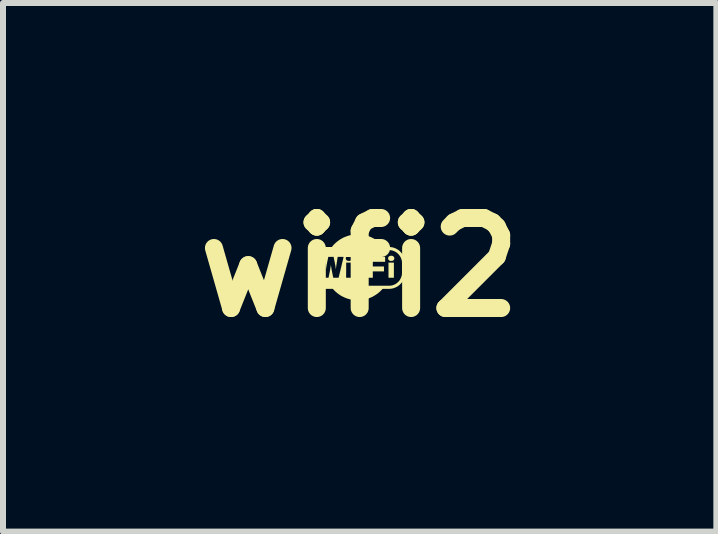
<source format=kicad_pcb>
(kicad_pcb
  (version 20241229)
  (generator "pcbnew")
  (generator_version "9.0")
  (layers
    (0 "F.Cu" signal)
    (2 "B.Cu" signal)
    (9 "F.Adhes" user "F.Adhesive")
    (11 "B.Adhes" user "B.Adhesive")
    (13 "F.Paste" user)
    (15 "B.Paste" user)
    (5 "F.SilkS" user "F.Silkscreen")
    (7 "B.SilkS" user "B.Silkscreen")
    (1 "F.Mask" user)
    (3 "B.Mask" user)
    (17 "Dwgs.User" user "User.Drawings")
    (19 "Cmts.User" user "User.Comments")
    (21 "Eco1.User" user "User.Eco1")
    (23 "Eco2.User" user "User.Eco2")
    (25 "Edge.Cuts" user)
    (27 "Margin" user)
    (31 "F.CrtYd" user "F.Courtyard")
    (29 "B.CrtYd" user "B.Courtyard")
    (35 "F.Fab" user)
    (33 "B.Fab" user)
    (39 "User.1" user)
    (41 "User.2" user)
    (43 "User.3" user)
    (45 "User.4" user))
  (footprint "wifi2"
    (layer "F.Cu")
    (at 2.943 1.404)
    (property "Reference" "wifi2" (at 0 0 0) (layer "F.SilkS") (effects (font (size 1.5 1.5) (thickness 0.3))))
    (attr board_only exclude_from_pos_files exclude_from_bom)
    (fp_poly (pts (xy 0.525 -0.079) (xy 0.57 -0.078) (xy 0.57 0.048) (xy 0.57 0.174) (xy 0.525 0.174) (xy 0.48 0.174) (xy 0.48 0.048) (xy 0.48 -0.079)) (stroke (width 0) (type solid)) (fill yes) (layer "F.SilkS"))
    (fp_poly (pts (xy 0.831 -0.307) (xy 0.831 -0.301) (xy 0.82 -0.301) (xy 0.809 -0.301) (xy 0.809 -0.27) (xy 0.809 -0.239) (xy 0.801 -0.239) (xy 0.794 -0.239) (xy 0.794 -0.27) (xy 0.794 -0.301) (xy 0.783 -0.301) (xy 0.772 -0.301) (xy 0.772 -0.307) (xy 0.772 -0.313) (xy 0.801 -0.313) (xy 0.831 -0.313)) (stroke (width 0) (type solid)) (fill yes) (layer "F.SilkS"))
    (fp_poly (pts (xy 0.424 -0.133) (xy 0.424 -0.092) (xy 0.322 -0.092) (xy 0.219 -0.092) (xy 0.219 -0.053) (xy 0.219 -0.014) (xy 0.312 -0.014) (xy 0.404 -0.014) (xy 0.405 0.027) (xy 0.405 0.068) (xy 0.312 0.068) (xy 0.219 0.068) (xy 0.219 0.121) (xy 0.219 0.174) (xy 0.171 0.174) (xy 0.123 0.174) (xy 0.123 0.000259) (xy 0.123 -0.174) (xy 0.274 -0.174) (xy 0.424 -0.174)) (stroke (width 0) (type solid)) (fill yes) (layer "F.SilkS"))
    (fp_poly (pts (xy 0.531 -0.193) (xy 0.539 -0.192) (xy 0.546 -0.19) (xy 0.552 -0.188) (xy 0.558 -0.184) (xy 0.563 -0.18) (xy 0.568 -0.176) (xy 0.571 -0.171) (xy 0.574 -0.165) (xy 0.576 -0.159) (xy 0.577 -0.153) (xy 0.577 -0.146) (xy 0.577 -0.144) (xy 0.575 -0.137) (xy 0.573 -0.131) (xy 0.57 -0.126) (xy 0.566 -0.121) (xy 0.562 -0.117) (xy 0.556 -0.113) (xy 0.55 -0.11) (xy 0.544 -0.108) (xy 0.536 -0.107) (xy 0.529 -0.106) (xy 0.524 -0.106) (xy 0.521 -0.106) (xy 0.518 -0.106) (xy 0.516 -0.106) (xy 0.513 -0.107) (xy 0.506 -0.108) (xy 0.5 -0.111) (xy 0.493 -0.114) (xy 0.488 -0.118) (xy 0.484 -0.122) (xy 0.48 -0.127) (xy 0.477 -0.133) (xy 0.475 -0.139) (xy 0.474 -0.142) (xy 0.474 -0.146) (xy 0.474 -0.15) (xy 0.474 -0.154) (xy 0.474 -0.158) (xy 0.475 -0.16) (xy 0.477 -0.166) (xy 0.48 -0.171) (xy 0.483 -0.176) (xy 0.488 -0.181) (xy 0.493 -0.185) (xy 0.499 -0.188) (xy 0.505 -0.19) (xy 0.508 -0.191) (xy 0.516 -0.193) (xy 0.523 -0.193)) (stroke (width 0) (type solid)) (fill yes) (layer "F.SilkS"))
    (fp_poly (pts (xy 0.855 -0.313) (xy 0.858 -0.313) (xy 0.86 -0.313) (xy 0.861 -0.313) (xy 0.862 -0.313) (xy 0.862 -0.312) (xy 0.863 -0.312) (xy 0.863 -0.312) (xy 0.863 -0.311) (xy 0.863 -0.31) (xy 0.864 -0.307) (xy 0.865 -0.304) (xy 0.866 -0.301) (xy 0.867 -0.297) (xy 0.868 -0.292) (xy 0.869 -0.288) (xy 0.87 -0.283) (xy 0.871 -0.279) (xy 0.873 -0.275) (xy 0.873 -0.271) (xy 0.874 -0.268) (xy 0.875 -0.266) (xy 0.875 -0.265) (xy 0.875 -0.264) (xy 0.876 -0.265) (xy 0.876 -0.266) (xy 0.877 -0.268) (xy 0.877 -0.271) (xy 0.878 -0.274) (xy 0.88 -0.278) (xy 0.881 -0.283) (xy 0.882 -0.287) (xy 0.883 -0.291) (xy 0.884 -0.296) (xy 0.885 -0.3) (xy 0.886 -0.304) (xy 0.887 -0.307) (xy 0.888 -0.309) (xy 0.888 -0.311) (xy 0.888 -0.311) (xy 0.889 -0.313) (xy 0.9 -0.313) (xy 0.911 -0.313) (xy 0.911 -0.276) (xy 0.911 -0.239) (xy 0.904 -0.239) (xy 0.897 -0.239) (xy 0.897 -0.268) (xy 0.897 -0.274) (xy 0.897 -0.279) (xy 0.897 -0.284) (xy 0.897 -0.288) (xy 0.897 -0.291) (xy 0.897 -0.294) (xy 0.897 -0.295) (xy 0.897 -0.295) (xy 0.897 -0.294) (xy 0.896 -0.293) (xy 0.896 -0.29) (xy 0.895 -0.287) (xy 0.894 -0.283) (xy 0.893 -0.279) (xy 0.892 -0.275) (xy 0.89 -0.27) (xy 0.89 -0.269) (xy 0.889 -0.264) (xy 0.888 -0.259) (xy 0.887 -0.254) (xy 0.886 -0.25) (xy 0.885 -0.247) (xy 0.884 -0.244) (xy 0.884 -0.242) (xy 0.883 -0.241) (xy 0.883 -0.241) (xy 0.883 -0.239) (xy 0.876 -0.239) (xy 0.868 -0.239) (xy 0.861 -0.267) (xy 0.86 -0.272) (xy 0.859 -0.277) (xy 0.858 -0.282) (xy 0.857 -0.285) (xy 0.856 -0.289) (xy 0.855 -0.292) (xy 0.855 -0.294) (xy 0.854 -0.295) (xy 0.854 -0.295) (xy 0.854 -0.295) (xy 0.854 -0.295) (xy 0.854 -0.294) (xy 0.854 -0.293) (xy 0.854 -0.292) (xy 0.854 -0.291) (xy 0.854 -0.289) (xy 0.854 -0.286) (xy 0.854 -0.283) (xy 0.854 -0.278) (xy 0.854 -0.273) (xy 0.854 -0.268) (xy 0.854 -0.264) (xy 0.854 -0.239) (xy 0.847 -0.239) (xy 0.84 -0.239) (xy 0.84 -0.276) (xy 0.84 -0.296) (xy 0.854 -0.296) (xy 0.854 -0.295) (xy 0.854 -0.296) (xy 0.854 -0.296) (xy 0.854 -0.296) (xy 0.84 -0.296) (xy 0.84 -0.313) (xy 0.851 -0.313)) (stroke (width 0) (type solid)) (fill yes) (layer "F.SilkS"))
    (fp_poly (pts (xy -0.036 -0.549) (xy -0.029 -0.549) (xy -0.023 -0.549) (xy -0.017 -0.549) (xy -0.011 -0.548) (xy -0.006 -0.548) (xy -0.001 -0.548) (xy 0.004 -0.548) (xy 0.006 -0.548) (xy 0.029 -0.546) (xy 0.052 -0.543) (xy 0.073 -0.539) (xy 0.095 -0.534) (xy 0.116 -0.529) (xy 0.137 -0.522) (xy 0.157 -0.515) (xy 0.169 -0.511) (xy 0.191 -0.501) (xy 0.212 -0.491) (xy 0.234 -0.48) (xy 0.254 -0.468) (xy 0.274 -0.455) (xy 0.293 -0.441) (xy 0.312 -0.427) (xy 0.331 -0.411) (xy 0.337 -0.405) (xy 0.344 -0.399) (xy 0.351 -0.392) (xy 0.358 -0.385) (xy 0.365 -0.378) (xy 0.372 -0.37) (xy 0.379 -0.363) (xy 0.385 -0.356) (xy 0.391 -0.349) (xy 0.396 -0.342) (xy 0.397 -0.341) (xy 0.399 -0.338) (xy 0.451 -0.338) (xy 0.46 -0.338) (xy 0.468 -0.338) (xy 0.476 -0.338) (xy 0.482 -0.338) (xy 0.488 -0.338) (xy 0.493 -0.338) (xy 0.498 -0.338) (xy 0.502 -0.338) (xy 0.505 -0.338) (xy 0.508 -0.337) (xy 0.511 -0.337) (xy 0.514 -0.337) (xy 0.517 -0.337) (xy 0.52 -0.336) (xy 0.522 -0.336) (xy 0.525 -0.336) (xy 0.528 -0.335) (xy 0.544 -0.333) (xy 0.56 -0.329) (xy 0.575 -0.324) (xy 0.59 -0.318) (xy 0.605 -0.312) (xy 0.619 -0.304) (xy 0.633 -0.296) (xy 0.647 -0.287) (xy 0.66 -0.277) (xy 0.672 -0.266) (xy 0.684 -0.254) (xy 0.694 -0.242) (xy 0.705 -0.229) (xy 0.709 -0.224) (xy 0.717 -0.21) (xy 0.726 -0.196) (xy 0.733 -0.181) (xy 0.739 -0.166) (xy 0.745 -0.15) (xy 0.749 -0.134) (xy 0.752 -0.118) (xy 0.755 -0.102) (xy 0.756 -0.087) (xy 0.756 -0.086) (xy 0.756 -0.083) (xy 0.756 -0.08) (xy 0.756 -0.075) (xy 0.756 -0.07) (xy 0.757 -0.065) (xy 0.757 -0.058) (xy 0.757 -0.051) (xy 0.757 -0.044) (xy 0.757 -0.036) (xy 0.757 -0.028) (xy 0.757 -0.019) (xy 0.757 -0.011) (xy 0.757 -0.002) (xy 0.757 0.007) (xy 0.757 0.016) (xy 0.757 0.025) (xy 0.757 0.034) (xy 0.757 0.042) (xy 0.757 0.051) (xy 0.757 0.059) (xy 0.757 0.066) (xy 0.757 0.074) (xy 0.757 0.08) (xy 0.757 0.086) (xy 0.756 0.092) (xy 0.756 0.096) (xy 0.756 0.1) (xy 0.756 0.103) (xy 0.756 0.105) (xy 0.756 0.106) (xy 0.755 0.122) (xy 0.752 0.139) (xy 0.749 0.154) (xy 0.745 0.17) (xy 0.74 0.185) (xy 0.738 0.189) (xy 0.731 0.204) (xy 0.724 0.219) (xy 0.716 0.233) (xy 0.707 0.246) (xy 0.697 0.259) (xy 0.686 0.271) (xy 0.675 0.283) (xy 0.663 0.294) (xy 0.651 0.304) (xy 0.638 0.313) (xy 0.625 0.322) (xy 0.611 0.329) (xy 0.596 0.336) (xy 0.581 0.342) (xy 0.566 0.347) (xy 0.55 0.352) (xy 0.534 0.355) (xy 0.518 0.357) (xy 0.513 0.358) (xy 0.511 0.358) (xy 0.509 0.358) (xy 0.506 0.358) (xy 0.504 0.358) (xy 0.502 0.358) (xy 0.5 0.358) (xy 0.497 0.359) (xy 0.494 0.359) (xy 0.491 0.359) (xy 0.487 0.359) (xy 0.482 0.359) (xy 0.478 0.359) (xy 0.472 0.359) (xy 0.466 0.359) (xy 0.459 0.359) (xy 0.451 0.359) (xy 0.442 0.359) (xy 0.437 0.359) (xy 0.382 0.359) (xy 0.374 0.368) (xy 0.37 0.372) (xy 0.366 0.376) (xy 0.362 0.38) (xy 0.357 0.385) (xy 0.353 0.39) (xy 0.348 0.394) (xy 0.343 0.399) (xy 0.339 0.403) (xy 0.335 0.407) (xy 0.332 0.409) (xy 0.314 0.425) (xy 0.295 0.44) (xy 0.276 0.453) (xy 0.256 0.466) (xy 0.235 0.478) (xy 0.215 0.49) (xy 0.193 0.5) (xy 0.171 0.509) (xy 0.152 0.517) (xy 0.13 0.524) (xy 0.108 0.53) (xy 0.086 0.536) (xy 0.064 0.54) (xy 0.041 0.544) (xy 0.017 0.546) (xy 0.006 0.547) (xy 0.004 0.547) (xy 0.000357 0.548) (xy -0.004 0.548) (xy -0.008 0.548) (xy -0.013 0.548) (xy -0.019 0.548) (xy -0.024 0.548) (xy -0.03 0.548) (xy -0.035 0.548) (xy -0.04 0.548) (xy -0.045 0.548) (xy -0.049 0.548) (xy -0.052 0.548) (xy -0.055 0.548) (xy -0.055 0.548) (xy -0.057 0.548) (xy -0.059 0.548) (xy -0.062 0.548) (xy -0.065 0.548) (xy -0.067 0.547) (xy -0.089 0.546) (xy -0.111 0.543) (xy -0.133 0.539) (xy -0.155 0.535) (xy -0.177 0.529) (xy -0.198 0.523) (xy -0.202 0.522) (xy -0.225 0.514) (xy -0.247 0.505) (xy -0.268 0.495) (xy -0.289 0.485) (xy -0.31 0.474) (xy -0.33 0.461) (xy -0.349 0.448) (xy -0.368 0.434) (xy -0.387 0.418) (xy -0.398 0.409) (xy -0.401 0.406) (xy -0.404 0.403) (xy -0.408 0.4) (xy -0.412 0.396) (xy -0.416 0.391) (xy -0.421 0.387) (xy -0.425 0.383) (xy -0.429 0.379) (xy -0.433 0.375) (xy -0.436 0.371) (xy -0.439 0.368) (xy -0.441 0.366) (xy -0.441 0.366) (xy -0.447 0.359) (xy -0.505 0.359) (xy -0.514 0.359) (xy -0.522 0.359) (xy -0.53 0.359) (xy -0.536 0.359) (xy -0.542 0.359) (xy -0.547 0.359) (xy -0.552 0.359) (xy -0.556 0.359) (xy -0.559 0.359) (xy -0.562 0.359) (xy -0.565 0.359) (xy -0.568 0.358) (xy -0.57 0.358) (xy -0.572 0.358) (xy -0.574 0.358) (xy -0.577 0.358) (xy -0.579 0.358) (xy -0.58 0.358) (xy -0.596 0.356) (xy -0.612 0.353) (xy -0.627 0.35) (xy -0.643 0.345) (xy -0.658 0.34) (xy -0.673 0.333) (xy -0.687 0.326) (xy -0.701 0.317) (xy -0.714 0.308) (xy -0.717 0.307) (xy -0.107 0.307) (xy -0.107 0.307) (xy -0.107 0.307) (xy -0.106 0.307) (xy -0.105 0.307) (xy -0.104 0.307) (xy -0.103 0.307) (xy -0.101 0.307) (xy -0.099 0.307) (xy -0.096 0.307) (xy -0.093 0.307) (xy -0.089 0.307) (xy -0.085 0.307) (xy -0.081 0.307) (xy -0.076 0.307) (xy -0.07 0.307) (xy -0.064 0.307) (xy -0.057 0.307) (xy -0.049 0.307) (xy -0.041 0.307) (xy -0.033 0.307) (xy -0.023 0.307) (xy -0.013 0.307) (xy -0.002 0.307) (xy 0.01 0.307) (xy 0.022 0.307) (xy 0.035 0.307) (xy 0.049 0.307) (xy 0.064 0.307) (xy 0.08 0.307) (xy 0.097 0.307) (xy 0.114 0.307) (xy 0.133 0.307) (xy 0.153 0.307) (xy 0.173 0.307) (xy 0.192 0.307) (xy 0.21 0.307) (xy 0.228 0.307) (xy 0.245 0.307) (xy 0.262 0.307) (xy 0.278 0.307) (xy 0.295 0.307) (xy 0.31 0.307) (xy 0.326 0.307) (xy 0.341 0.307) (xy 0.355 0.307) (xy 0.369 0.307) (xy 0.383 0.307) (xy 0.396 0.307) (xy 0.408 0.307) (xy 0.42 0.307) (xy 0.431 0.307) (xy 0.441 0.307) (xy 0.451 0.307) (xy 0.46 0.307) (xy 0.468 0.307) (xy 0.475 0.307) (xy 0.482 0.307) (xy 0.487 0.307) (xy 0.492 0.307) (xy 0.496 0.307) (xy 0.498 0.307) (xy 0.5 0.307) (xy 0.501 0.307) (xy 0.516 0.305) (xy 0.53 0.303) (xy 0.544 0.3) (xy 0.558 0.296) (xy 0.572 0.29) (xy 0.585 0.285) (xy 0.598 0.278) (xy 0.61 0.27) (xy 0.621 0.262) (xy 0.632 0.252) (xy 0.643 0.243) (xy 0.652 0.232) (xy 0.662 0.221) (xy 0.67 0.209) (xy 0.677 0.196) (xy 0.684 0.183) (xy 0.69 0.17) (xy 0.692 0.164) (xy 0.697 0.151) (xy 0.7 0.138) (xy 0.703 0.124) (xy 0.704 0.11) (xy 0.705 0.104) (xy 0.705 0.102) (xy 0.705 0.1) (xy 0.705 0.097) (xy 0.705 0.093) (xy 0.705 0.088) (xy 0.705 0.082) (xy 0.705 0.076) (xy 0.705 0.069) (xy 0.705 0.062) (xy 0.705 0.054) (xy 0.705 0.046) (xy 0.705 0.038) (xy 0.705 0.029) (xy 0.705 0.02) (xy 0.705 0.011) (xy 0.705 0.003) (xy 0.705 -0.006) (xy 0.705 -0.015) (xy 0.705 -0.023) (xy 0.705 -0.031) (xy 0.705 -0.039) (xy 0.705 -0.047) (xy 0.705 -0.054) (xy 0.705 -0.06) (xy 0.705 -0.066) (xy 0.705 -0.071) (xy 0.705 -0.076) (xy 0.705 -0.079) (xy 0.705 -0.082) (xy 0.705 -0.084) (xy 0.705 -0.085) (xy 0.703 -0.1) (xy 0.701 -0.115) (xy 0.697 -0.129) (xy 0.692 -0.143) (xy 0.687 -0.157) (xy 0.681 -0.17) (xy 0.673 -0.183) (xy 0.665 -0.195) (xy 0.656 -0.207) (xy 0.646 -0.218) (xy 0.64 -0.225) (xy 0.629 -0.235) (xy 0.617 -0.244) (xy 0.605 -0.253) (xy 0.592 -0.26) (xy 0.579 -0.267) (xy 0.565 -0.273) (xy 0.552 -0.277) (xy 0.537 -0.281) (xy 0.523 -0.284) (xy 0.508 -0.286) (xy 0.506 -0.286) (xy 0.505 -0.286) (xy 0.503 -0.286) (xy 0.5 -0.286) (xy 0.497 -0.286) (xy 0.494 -0.286) (xy 0.489 -0.286) (xy 0.484 -0.286) (xy 0.479 -0.286) (xy 0.472 -0.286) (xy 0.465 -0.286) (xy 0.457 -0.286) (xy 0.448 -0.286) (xy 0.438 -0.286) (xy 0.428 -0.286) (xy 0.416 -0.286) (xy 0.404 -0.286) (xy 0.39 -0.286) (xy 0.376 -0.286) (xy 0.36 -0.286) (xy 0.348 -0.286) (xy 0.199 -0.286) (xy 0.191 -0.285) (xy 0.177 -0.283) (xy 0.163 -0.28) (xy 0.151 -0.276) (xy 0.138 -0.272) (xy 0.126 -0.266) (xy 0.115 -0.26) (xy 0.103 -0.254) (xy 0.1 -0.251) (xy 0.088 -0.243) (xy 0.076 -0.233) (xy 0.065 -0.223) (xy 0.055 -0.213) (xy 0.046 -0.201) (xy 0.038 -0.189) (xy 0.03 -0.177) (xy 0.023 -0.164) (xy 0.017 -0.151) (xy 0.012 -0.137) (xy 0.008 -0.123) (xy 0.005 -0.108) (xy 0.004 -0.099) (xy 0.003 -0.097) (xy 0.003 -0.095) (xy 0.003 -0.093) (xy 0.003 -0.091) (xy 0.003 -0.088) (xy 0.002 -0.086) (xy 0.002 -0.083) (xy 0.002 -0.08) (xy 0.002 -0.077) (xy 0.002 -0.074) (xy 0.002 -0.069) (xy 0.002 -0.065) (xy 0.002 -0.06) (xy 0.002 -0.054) (xy 0.002 -0.048) (xy 0.002 -0.04) (xy 0.002 -0.033) (xy 0.002 -0.024) (xy 0.002 -0.015) (xy 0.002 -0.004) (xy 0.002 0.007) (xy 0.002 0.015) (xy 0.002 0.028) (xy 0.002 0.039) (xy 0.002 0.05) (xy 0.002 0.06) (xy 0.001 0.069) (xy 0.001 0.078) (xy 0.001 0.085) (xy 0.001 0.092) (xy 0.001 0.097) (xy 0.001 0.102) (xy 0.001 0.106) (xy 0.001 0.109) (xy 0.001 0.11) (xy 0.001 0.11) (xy -0.001 0.127) (xy -0.004 0.144) (xy -0.007 0.16) (xy -0.012 0.176) (xy -0.018 0.191) (xy -0.025 0.207) (xy -0.032 0.221) (xy -0.041 0.236) (xy -0.048 0.246) (xy -0.057 0.258) (xy -0.068 0.271) (xy -0.079 0.282) (xy -0.091 0.293) (xy -0.099 0.3) (xy -0.101 0.302) (xy -0.103 0.303) (xy -0.105 0.305) (xy -0.107 0.306) (xy -0.107 0.307) (xy -0.107 0.307) (xy -0.717 0.307) (xy -0.727 0.299) (xy -0.74 0.288) (xy -0.751 0.277) (xy -0.762 0.264) (xy -0.773 0.251) (xy -0.782 0.238) (xy -0.791 0.224) (xy -0.799 0.209) (xy -0.805 0.194) (xy -0.811 0.179) (xy -0.816 0.163) (xy -0.82 0.147) (xy -0.823 0.133) (xy -0.823 0.131) (xy -0.824 0.129) (xy -0.824 0.127) (xy -0.824 0.125) (xy -0.824 0.124) (xy -0.825 0.122) (xy -0.825 0.12) (xy -0.825 0.118) (xy -0.825 0.116) (xy -0.825 0.114) (xy -0.825 0.111) (xy -0.825 0.108) (xy -0.825 0.105) (xy -0.826 0.101) (xy -0.826 0.097) (xy -0.826 0.092) (xy -0.826 0.087) (xy -0.826 0.081) (xy -0.826 0.074) (xy -0.826 0.067) (xy -0.826 0.059) (xy -0.826 0.05) (xy -0.826 0.04) (xy -0.826 0.029) (xy -0.826 0.017) (xy -0.826 0.015) (xy -0.826 0.003) (xy -0.826 -0.008) (xy -0.826 -0.019) (xy -0.826 -0.028) (xy -0.826 -0.037) (xy -0.826 -0.044) (xy -0.826 -0.051) (xy -0.826 -0.058) (xy -0.826 -0.063) (xy -0.826 -0.069) (xy -0.826 -0.073) (xy -0.826 -0.077) (xy -0.826 -0.081) (xy -0.826 -0.084) (xy -0.826 -0.087) (xy -0.825 -0.09) (xy -0.825 -0.092) (xy -0.825 -0.094) (xy -0.825 -0.096) (xy -0.825 -0.098) (xy -0.825 -0.1) (xy -0.824 -0.101) (xy -0.824 -0.103) (xy -0.824 -0.103) (xy -0.822 -0.12) (xy -0.818 -0.136) (xy -0.814 -0.152) (xy -0.808 -0.167) (xy -0.805 -0.174) (xy -0.69 -0.174) (xy -0.661 -0.048) (xy -0.658 -0.037) (xy -0.655 -0.024) (xy -0.652 -0.012) (xy -0.649 -0.000335) (xy -0.646 0.012) (xy -0.644 0.023) (xy -0.641 0.035) (xy -0.638 0.046) (xy -0.635 0.057) (xy -0.633 0.068) (xy -0.631 0.078) (xy -0.628 0.087) (xy -0.626 0.096) (xy -0.624 0.104) (xy -0.623 0.111) (xy -0.621 0.118) (xy -0.62 0.123) (xy -0.619 0.126) (xy -0.608 0.174) (xy -0.564 0.174) (xy -0.519 0.174) (xy -0.518 0.167) (xy -0.515 0.154) (xy -0.513 0.142) (xy -0.51 0.131) (xy -0.508 0.121) (xy -0.506 0.111) (xy -0.504 0.102) (xy -0.503 0.094) (xy -0.501 0.087) (xy -0.5 0.08) (xy -0.498 0.073) (xy -0.497 0.067) (xy -0.496 0.06) (xy -0.495 0.055) (xy -0.494 0.049) (xy -0.493 0.043) (xy -0.492 0.038) (xy -0.491 0.032) (xy -0.49 0.026) (xy -0.489 0.02) (xy -0.489 0.019) (xy -0.488 0.013) (xy -0.487 0.007) (xy -0.486 0.001) (xy -0.485 -0.005) (xy -0.484 -0.011) (xy -0.483 -0.017) (xy -0.482 -0.022) (xy -0.482 -0.027) (xy -0.481 -0.031) (xy -0.481 -0.034) (xy -0.481 -0.035) (xy -0.48 -0.038) (xy -0.48 -0.04) (xy -0.48 -0.041) (xy -0.48 -0.042) (xy -0.48 -0.042) (xy -0.479 -0.041) (xy -0.479 -0.039) (xy -0.479 -0.037) (xy -0.479 -0.035) (xy -0.478 -0.028) (xy -0.477 -0.021) (xy -0.476 -0.013) (xy -0.474 -0.004) (xy -0.473 0.005) (xy -0.471 0.015) (xy -0.471 0.018) (xy -0.47 0.025) (xy -0.469 0.032) (xy -0.468 0.038) (xy -0.467 0.044) (xy -0.466 0.049) (xy -0.464 0.055) (xy -0.463 0.061) (xy -0.462 0.068) (xy -0.461 0.074) (xy -0.459 0.081) (xy -0.458 0.088) (xy -0.456 0.096) (xy -0.454 0.105) (xy -0.453 0.115) (xy -0.45 0.125) (xy -0.449 0.133) (xy -0.44 0.174) (xy -0.226 0.174) (xy -0.181 0.174) (xy -0.136 0.174) (xy -0.136 0.048) (xy -0.136 -0.079) (xy -0.181 -0.079) (xy -0.225 -0.078) (xy -0.225 0.048) (xy -0.226 0.174) (xy -0.44 0.174) (xy -0.395 0.174) (xy -0.351 0.174) (xy -0.324 0.061) (xy -0.321 0.05) (xy -0.318 0.038) (xy -0.316 0.027) (xy -0.313 0.016) (xy -0.31 0.005) (xy -0.308 -0.006) (xy -0.305 -0.017) (xy -0.303 -0.027) (xy -0.3 -0.037) (xy -0.298 -0.047) (xy -0.296 -0.056) (xy -0.294 -0.064) (xy -0.292 -0.072) (xy -0.291 -0.078) (xy -0.289 -0.084) (xy -0.288 -0.089) (xy -0.287 -0.092) (xy -0.285 -0.099) (xy -0.284 -0.106) (xy -0.282 -0.114) (xy -0.28 -0.121) (xy -0.279 -0.127) (xy -0.277 -0.134) (xy -0.276 -0.14) (xy -0.275 -0.145) (xy -0.274 -0.15) (xy -0.273 -0.152) (xy -0.232 -0.152) (xy -0.232 -0.146) (xy -0.23 -0.139) (xy -0.228 -0.133) (xy -0.226 -0.128) (xy -0.224 -0.125) (xy -0.221 -0.121) (xy -0.218 -0.118) (xy -0.214 -0.115) (xy -0.211 -0.113) (xy -0.211 -0.113) (xy -0.206 -0.111) (xy -0.202 -0.109) (xy -0.197 -0.108) (xy -0.192 -0.107) (xy -0.189 -0.106) (xy -0.184 -0.106) (xy -0.18 -0.106) (xy -0.175 -0.106) (xy -0.171 -0.106) (xy -0.169 -0.106) (xy -0.162 -0.108) (xy -0.155 -0.11) (xy -0.149 -0.113) (xy -0.144 -0.117) (xy -0.139 -0.121) (xy -0.135 -0.127) (xy -0.132 -0.132) (xy -0.13 -0.138) (xy -0.13 -0.139) (xy -0.129 -0.142) (xy -0.129 -0.146) (xy -0.128 -0.151) (xy -0.129 -0.155) (xy -0.129 -0.159) (xy -0.129 -0.16) (xy -0.131 -0.166) (xy -0.134 -0.171) (xy -0.138 -0.176) (xy -0.143 -0.181) (xy -0.148 -0.185) (xy -0.154 -0.188) (xy -0.159 -0.19) (xy -0.163 -0.191) (xy -0.166 -0.192) (xy -0.17 -0.192) (xy -0.173 -0.193) (xy -0.178 -0.193) (xy -0.18 -0.193) (xy -0.184 -0.193) (xy -0.187 -0.193) (xy -0.19 -0.193) (xy -0.192 -0.192) (xy -0.194 -0.192) (xy -0.201 -0.19) (xy -0.208 -0.187) (xy -0.213 -0.184) (xy -0.219 -0.18) (xy -0.223 -0.175) (xy -0.227 -0.17) (xy -0.227 -0.168) (xy -0.229 -0.164) (xy -0.23 -0.16) (xy -0.231 -0.156) (xy -0.232 -0.152) (xy -0.232 -0.152) (xy -0.273 -0.152) (xy -0.273 -0.152) (xy -0.272 -0.157) (xy -0.271 -0.161) (xy -0.27 -0.165) (xy -0.269 -0.168) (xy -0.269 -0.17) (xy -0.268 -0.172) (xy -0.268 -0.173) (xy -0.268 -0.173) (xy -0.268 -0.173) (xy -0.268 -0.173) (xy -0.268 -0.173) (xy -0.269 -0.174) (xy -0.27 -0.174) (xy -0.271 -0.174) (xy -0.273 -0.174) (xy -0.275 -0.174) (xy -0.278 -0.174) (xy -0.281 -0.174) (xy -0.285 -0.174) (xy -0.29 -0.174) (xy -0.295 -0.174) (xy -0.302 -0.174) (xy -0.309 -0.174) (xy -0.317 -0.174) (xy -0.366 -0.174) (xy -0.366 -0.173) (xy -0.367 -0.172) (xy -0.367 -0.17) (xy -0.367 -0.168) (xy -0.368 -0.164) (xy -0.368 -0.16) (xy -0.369 -0.156) (xy -0.37 -0.151) (xy -0.371 -0.145) (xy -0.372 -0.139) (xy -0.373 -0.133) (xy -0.374 -0.127) (xy -0.375 -0.12) (xy -0.376 -0.114) (xy -0.377 -0.107) (xy -0.378 -0.101) (xy -0.379 -0.095) (xy -0.38 -0.09) (xy -0.381 -0.085) (xy -0.381 -0.08) (xy -0.382 -0.076) (xy -0.382 -0.076) (xy -0.384 -0.06) (xy -0.387 -0.044) (xy -0.389 -0.03) (xy -0.391 -0.017) (xy -0.392 -0.005) (xy -0.394 0.007) (xy -0.395 0.017) (xy -0.395 0.02) (xy -0.395 0.024) (xy -0.396 0.027) (xy -0.396 0.03) (xy -0.396 0.032) (xy -0.396 0.033) (xy -0.397 0.034) (xy -0.397 0.034) (xy -0.397 0.033) (xy -0.397 0.031) (xy -0.397 0.028) (xy -0.398 0.026) (xy -0.399 0.017) (xy -0.4 0.007) (xy -0.402 -0.003) (xy -0.403 -0.015) (xy -0.405 -0.027) (xy -0.407 -0.039) (xy -0.41 -0.051) (xy -0.412 -0.064) (xy -0.414 -0.077) (xy -0.417 -0.089) (xy -0.417 -0.09) (xy -0.418 -0.095) (xy -0.419 -0.1) (xy -0.42 -0.105) (xy -0.422 -0.111) (xy -0.423 -0.117) (xy -0.424 -0.123) (xy -0.425 -0.129) (xy -0.427 -0.135) (xy -0.428 -0.141) (xy -0.429 -0.147) (xy -0.43 -0.152) (xy -0.431 -0.157) (xy -0.432 -0.162) (xy -0.433 -0.166) (xy -0.433 -0.169) (xy -0.434 -0.171) (xy -0.434 -0.173) (xy -0.434 -0.174) (xy -0.434 -0.174) (xy -0.435 -0.174) (xy -0.436 -0.174) (xy -0.439 -0.174) (xy -0.442 -0.174) (xy -0.446 -0.174) (xy -0.45 -0.174) (xy -0.456 -0.174) (xy -0.461 -0.174) (xy -0.467 -0.174) (xy -0.474 -0.174) (xy -0.479 -0.174) (xy -0.523 -0.174) (xy -0.523 -0.173) (xy -0.523 -0.172) (xy -0.524 -0.17) (xy -0.524 -0.168) (xy -0.525 -0.165) (xy -0.526 -0.161) (xy -0.527 -0.156) (xy -0.528 -0.151) (xy -0.529 -0.146) (xy -0.53 -0.141) (xy -0.53 -0.14) (xy -0.531 -0.134) (xy -0.532 -0.127) (xy -0.534 -0.121) (xy -0.535 -0.115) (xy -0.536 -0.11) (xy -0.537 -0.104) (xy -0.538 -0.1) (xy -0.539 -0.096) (xy -0.539 -0.094) (xy -0.542 -0.082) (xy -0.544 -0.07) (xy -0.546 -0.058) (xy -0.549 -0.046) (xy -0.551 -0.034) (xy -0.553 -0.023) (xy -0.554 -0.011) (xy -0.556 -0.001) (xy -0.558 0.009) (xy -0.559 0.018) (xy -0.56 0.027) (xy -0.56 0.031) (xy -0.56 0.032) (xy -0.56 0.033) (xy -0.561 0.034) (xy -0.561 0.034) (xy -0.561 0.033) (xy -0.561 0.032) (xy -0.561 0.03) (xy -0.562 0.027) (xy -0.562 0.023) (xy -0.562 0.02) (xy -0.563 0.011) (xy -0.564 0.002) (xy -0.566 -0.008) (xy -0.567 -0.019) (xy -0.569 -0.03) (xy -0.57 -0.043) (xy -0.572 -0.056) (xy -0.574 -0.07) (xy -0.575 -0.074) (xy -0.576 -0.079) (xy -0.577 -0.085) (xy -0.578 -0.091) (xy -0.579 -0.097) (xy -0.58 -0.104) (xy -0.581 -0.11) (xy -0.582 -0.117) (xy -0.583 -0.124) (xy -0.584 -0.13) (xy -0.585 -0.137) (xy -0.586 -0.143) (xy -0.587 -0.149) (xy -0.588 -0.154) (xy -0.589 -0.159) (xy -0.589 -0.164) (xy -0.59 -0.167) (xy -0.591 -0.17) (xy -0.591 -0.172) (xy -0.591 -0.173) (xy -0.591 -0.174) (xy -0.592 -0.174) (xy -0.593 -0.174) (xy -0.596 -0.174) (xy -0.599 -0.174) (xy -0.603 -0.174) (xy -0.608 -0.174) (xy -0.613 -0.174) (xy -0.619 -0.174) (xy -0.625 -0.174) (xy -0.632 -0.174) (xy -0.639 -0.174) (xy -0.641 -0.174) (xy -0.69 -0.174) (xy -0.805 -0.174) (xy -0.802 -0.182) (xy -0.794 -0.197) (xy -0.786 -0.211) (xy -0.777 -0.225) (xy -0.767 -0.238) (xy -0.757 -0.25) (xy -0.745 -0.262) (xy -0.733 -0.273) (xy -0.72 -0.284) (xy -0.713 -0.289) (xy -0.706 -0.294) (xy -0.7 -0.298) (xy -0.693 -0.302) (xy -0.685 -0.306) (xy -0.678 -0.31) (xy -0.674 -0.312) (xy -0.661 -0.318) (xy -0.648 -0.323) (xy -0.635 -0.327) (xy -0.621 -0.331) (xy -0.607 -0.334) (xy -0.592 -0.336) (xy -0.587 -0.337) (xy -0.586 -0.337) (xy -0.584 -0.337) (xy -0.583 -0.337) (xy -0.581 -0.337) (xy -0.579 -0.337) (xy -0.576 -0.337) (xy -0.573 -0.338) (xy -0.569 -0.338) (xy -0.565 -0.338) (xy -0.56 -0.338) (xy -0.555 -0.338) (xy -0.548 -0.338) (xy -0.541 -0.338) (xy -0.533 -0.338) (xy -0.524 -0.338) (xy -0.522 -0.338) (xy -0.465 -0.338) (xy -0.462 -0.341) (xy -0.46 -0.344) (xy -0.457 -0.347) (xy -0.454 -0.351) (xy -0.451 -0.355) (xy -0.447 -0.359) (xy -0.444 -0.363) (xy -0.44 -0.367) (xy -0.44 -0.368) (xy -0.424 -0.385) (xy -0.407 -0.401) (xy -0.389 -0.417) (xy -0.371 -0.432) (xy -0.352 -0.446) (xy -0.332 -0.46) (xy -0.312 -0.472) (xy -0.292 -0.484) (xy -0.271 -0.495) (xy -0.25 -0.504) (xy -0.228 -0.513) (xy -0.224 -0.514) (xy -0.203 -0.522) (xy -0.181 -0.529) (xy -0.159 -0.534) (xy -0.137 -0.539) (xy -0.114 -0.543) (xy -0.091 -0.546) (xy -0.068 -0.548) (xy -0.06 -0.548) (xy -0.057 -0.549) (xy -0.052 -0.549) (xy -0.047 -0.549) (xy -0.042 -0.549)) (stroke (width 0) (type solid)) (fill yes) (layer "F.SilkS")))
  (gr_rect
    (start -3 -3)
    (end 8.886 5.808)
    (stroke (width 0.1) (type default))
    (fill no)
    (layer "Edge.Cuts")))
</source>
